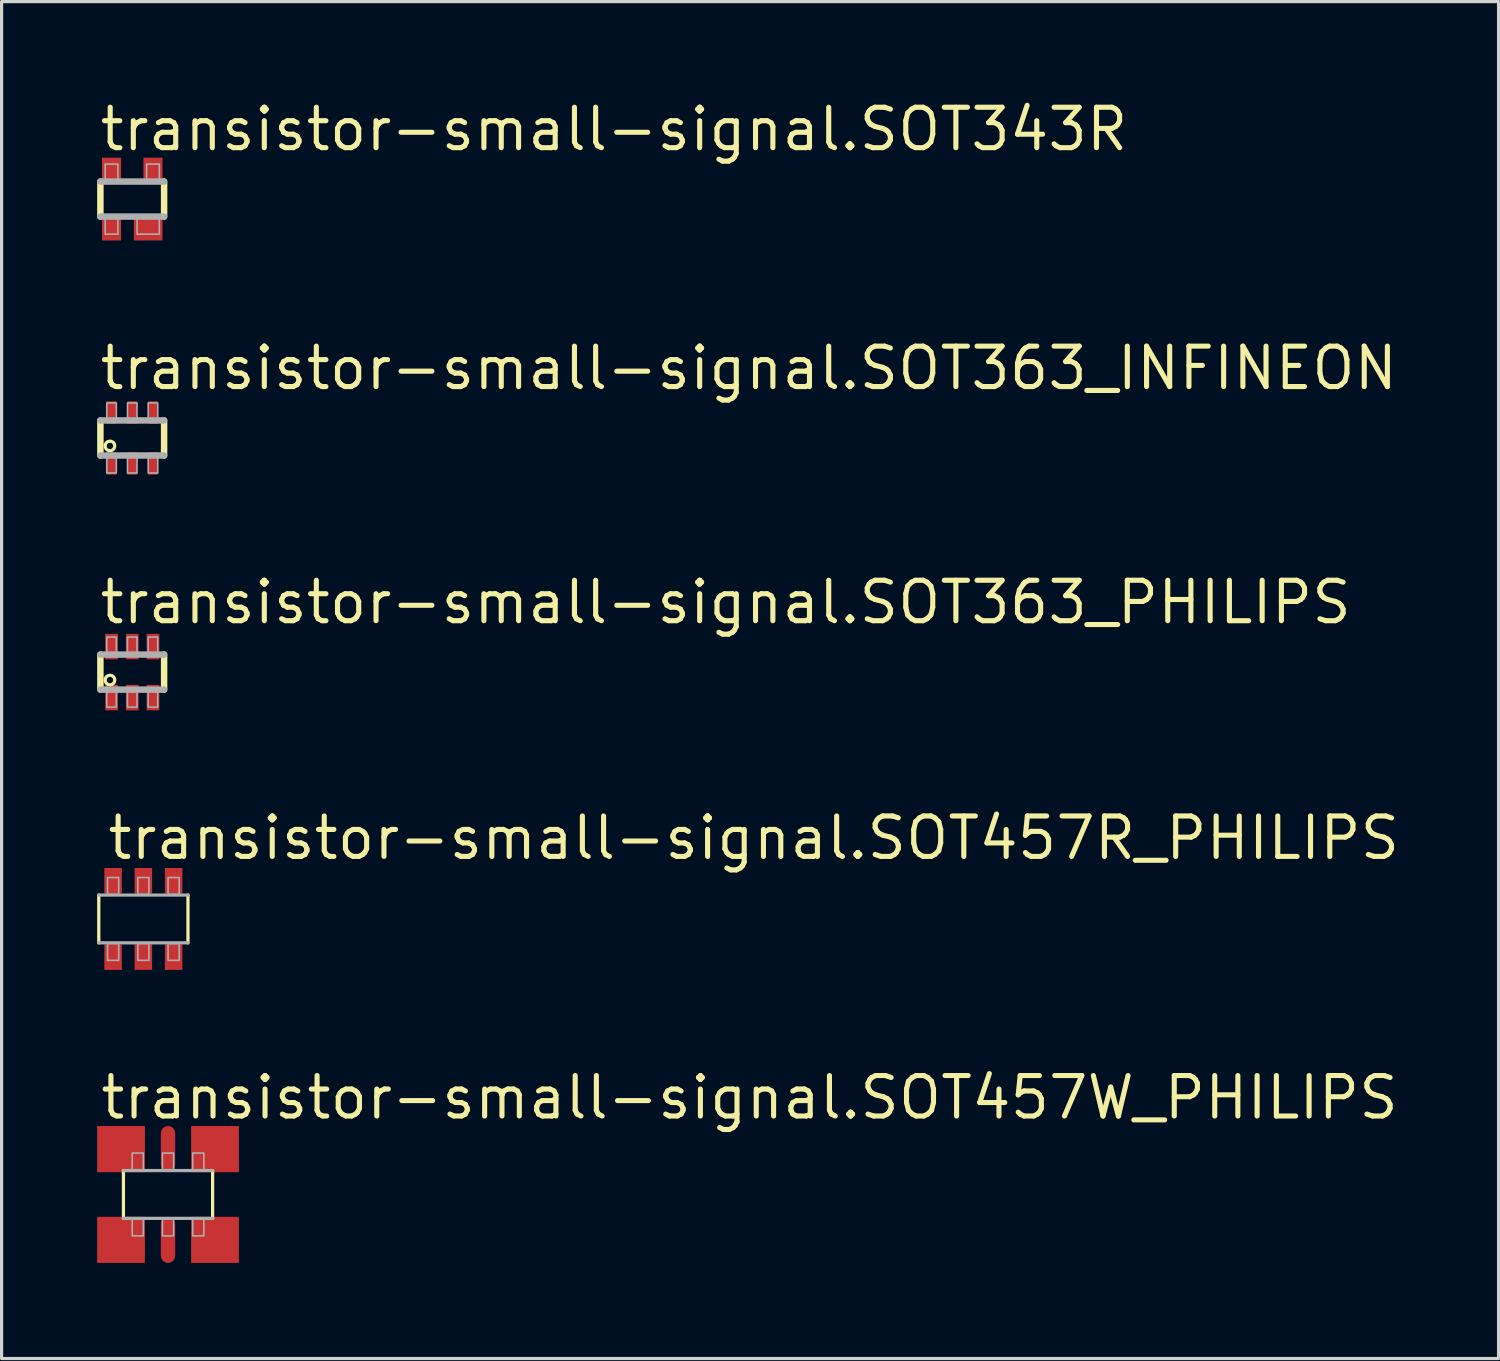
<source format=kicad_pcb>
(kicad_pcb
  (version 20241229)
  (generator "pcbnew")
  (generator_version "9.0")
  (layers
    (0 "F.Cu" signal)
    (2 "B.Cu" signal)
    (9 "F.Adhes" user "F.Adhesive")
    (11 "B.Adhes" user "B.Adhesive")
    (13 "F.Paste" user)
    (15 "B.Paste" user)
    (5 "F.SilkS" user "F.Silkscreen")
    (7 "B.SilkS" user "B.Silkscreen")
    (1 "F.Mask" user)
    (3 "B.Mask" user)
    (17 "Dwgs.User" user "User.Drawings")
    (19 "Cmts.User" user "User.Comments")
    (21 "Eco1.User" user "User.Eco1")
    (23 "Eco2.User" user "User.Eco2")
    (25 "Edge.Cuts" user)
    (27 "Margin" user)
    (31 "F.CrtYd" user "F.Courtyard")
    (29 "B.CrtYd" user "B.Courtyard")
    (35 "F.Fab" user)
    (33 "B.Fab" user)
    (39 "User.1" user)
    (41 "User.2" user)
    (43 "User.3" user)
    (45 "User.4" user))
  (footprint "transistor-small-signal.SOT343R"
    (layer "F.Cu")
    (at 1.102 3.2)
    (property "Reference" "transistor-small-signal.SOT343R" (at -1.1 -1.45 0) (layer "F.SilkS") (effects (font (size 1.27 1.27) (thickness 0.16)) (justify left bottom)))
    (attr smd)
    (fp_line (start -1 0.55) (end -1 -0.55) (stroke (width 0.203) (type default)) (layer "F.SilkS"))
    (fp_line (start 1 -0.55) (end 1 0.55) (stroke (width 0.203) (type default)) (layer "F.SilkS"))
    (fp_line (start -1 -0.55) (end 1 -0.55) (stroke (width 0.203) (type default)) (layer "F.Fab"))
    (fp_line (start 1 0.55) (end -1 0.55) (stroke (width 0.203) (type default)) (layer "F.Fab"))
    (fp_rect (start -0.85 -0.6) (end -0.45 -1.1) (stroke (width 0.05) (type default)) (fill no) (layer "F.Fab"))
    (fp_rect (start -0.85 1.1) (end -0.45 0.6) (stroke (width 0.05) (type default)) (fill no) (layer "F.Fab"))
    (fp_rect (start 0.15 1.1) (end 0.85 0.6) (stroke (width 0.05) (type default)) (fill no) (layer "F.Fab"))
    (fp_rect (start 0.45 -0.6) (end 0.85 -1.1) (stroke (width 0.05) (type default)) (fill no) (layer "F.Fab"))
    (pad "1" smd roundrect (at 0.5 0.9) (size 0.9 0.8) (layers "F.Cu" "F.Mask" "F.Paste") (roundrect_rratio 0.01))
    (pad "2" smd roundrect (at -0.65 0.9) (size 0.6 0.8) (layers "F.Cu" "F.Mask" "F.Paste") (roundrect_rratio 0.01))
    (pad "3" smd roundrect (at -0.65 -0.9) (size 0.6 0.8) (layers "F.Cu" "F.Mask" "F.Paste") (roundrect_rratio 0.01))
    (pad "4" smd roundrect (at 0.65 -0.9) (size 0.6 0.8) (layers "F.Cu" "F.Mask" "F.Paste") (roundrect_rratio 0.01)))
  (footprint "transistor-small-signal.SOT363_PHILIPS"
    (layer "F.Cu")
    (at 1.102 18.05)
    (property "Reference" "transistor-small-signal.SOT363_PHILIPS" (at -1.1 -1.45 0) (layer "F.SilkS") (effects (font (size 1.27 1.27) (thickness 0.16)) (justify left bottom)))
    (attr smd)
    (fp_line (start -1 0.55) (end -1 -0.55) (stroke (width 0.203) (type default)) (layer "F.SilkS"))
    (fp_line (start 1 -0.55) (end 1 0.55) (stroke (width 0.203) (type default)) (layer "F.SilkS"))
    (fp_circle (center -0.7 0.25) (end -0.55 0.25) (stroke (width 0.1) (type default)) (fill no) (layer "F.SilkS"))
    (fp_line (start -1 -0.55) (end 1 -0.55) (stroke (width 0.203) (type default)) (layer "F.Fab"))
    (fp_line (start 1 0.55) (end -1 0.55) (stroke (width 0.203) (type default)) (layer "F.Fab"))
    (fp_rect (start -0.8 -0.6) (end -0.5 -1.1) (stroke (width 0.05) (type default)) (fill no) (layer "F.Fab"))
    (fp_rect (start -0.8 1.1) (end -0.5 0.6) (stroke (width 0.05) (type default)) (fill no) (layer "F.Fab"))
    (fp_rect (start -0.15 -0.6) (end 0.15 -1.1) (stroke (width 0.05) (type default)) (fill no) (layer "F.Fab"))
    (fp_rect (start -0.15 1.1) (end 0.15 0.6) (stroke (width 0.05) (type default)) (fill no) (layer "F.Fab"))
    (fp_rect (start 0.5 -0.6) (end 0.8 -1.1) (stroke (width 0.05) (type default)) (fill no) (layer "F.Fab"))
    (fp_rect (start 0.5 1.1) (end 0.8 0.6) (stroke (width 0.05) (type default)) (fill no) (layer "F.Fab"))
    (pad "1" smd roundrect (at -0.65 0.8) (size 0.4 0.8) (layers "F.Cu" "F.Mask" "F.Paste") (roundrect_rratio 0.01))
    (pad "2" smd roundrect (at 0 0.8) (size 0.4 0.8) (layers "F.Cu" "F.Mask" "F.Paste") (roundrect_rratio 0.01))
    (pad "3" smd roundrect (at 0.65 0.8) (size 0.4 0.8) (layers "F.Cu" "F.Mask" "F.Paste") (roundrect_rratio 0.01))
    (pad "4" smd roundrect (at 0.65 -0.8) (size 0.4 0.8) (layers "F.Cu" "F.Mask" "F.Paste") (roundrect_rratio 0.01))
    (pad "5" smd roundrect (at 0 -0.8) (size 0.4 0.8) (layers "F.Cu" "F.Mask" "F.Paste") (roundrect_rratio 0.01))
    (pad "6" smd roundrect (at -0.65 -0.8) (size 0.4 0.8) (layers "F.Cu" "F.Mask" "F.Paste") (roundrect_rratio 0.01)))
  (footprint "transistor-small-signal.SOT457R_PHILIPS"
    (layer "F.Cu")
    (at 1.451 25.8)
    (property "Reference" "transistor-small-signal.SOT457R_PHILIPS" (at -1.2 -1.8 0) (layer "F.SilkS") (effects (font (size 1.27 1.27) (thickness 0.16)) (justify left bottom)))
    (attr smd)
    (fp_line (start -1.4 0.75) (end -1.4 -0.75) (stroke (width 0.102) (type default)) (layer "F.SilkS"))
    (fp_line (start 1.4 -0.75) (end 1.4 0.75) (stroke (width 0.102) (type default)) (layer "F.SilkS"))
    (fp_line (start -1.4 -0.75) (end 1.4 -0.75) (stroke (width 0.102) (type default)) (layer "F.Fab"))
    (fp_line (start 1.4 0.75) (end -1.4 0.75) (stroke (width 0.102) (type default)) (layer "F.Fab"))
    (fp_rect (start -1.125 -0.775) (end -0.775 -1.3) (stroke (width 0.05) (type default)) (fill no) (layer "F.Fab"))
    (fp_rect (start -1.125 1.3) (end -0.775 0.775) (stroke (width 0.05) (type default)) (fill no) (layer "F.Fab"))
    (fp_rect (start -0.175 -0.775) (end 0.175 -1.3) (stroke (width 0.05) (type default)) (fill no) (layer "F.Fab"))
    (fp_rect (start -0.175 1.3) (end 0.175 0.775) (stroke (width 0.05) (type default)) (fill no) (layer "F.Fab"))
    (fp_rect (start 0.775 -0.775) (end 1.125 -1.3) (stroke (width 0.05) (type default)) (fill no) (layer "F.Fab"))
    (fp_rect (start 0.775 1.3) (end 1.125 0.775) (stroke (width 0.05) (type default)) (fill no) (layer "F.Fab"))
    (pad "1" smd roundrect (at -0.95 1.2) (size 0.55 0.8) (layers "F.Cu" "F.Mask" "F.Paste") (roundrect_rratio 0.01))
    (pad "2" smd roundrect (at 0 1.2) (size 0.55 0.8) (layers "F.Cu" "F.Mask" "F.Paste") (roundrect_rratio 0.01))
    (pad "3" smd roundrect (at 0.95 1.2) (size 0.55 0.8) (layers "F.Cu" "F.Mask" "F.Paste") (roundrect_rratio 0.01))
    (pad "4" smd roundrect (at 0.95 -1.2) (size 0.55 0.8) (layers "F.Cu" "F.Mask" "F.Paste") (roundrect_rratio 0.01))
    (pad "5" smd roundrect (at 0 -1.2) (size 0.55 0.8) (layers "F.Cu" "F.Mask" "F.Paste") (roundrect_rratio 0.01))
    (pad "6" smd roundrect (at -0.95 -1.2) (size 0.55 0.8) (layers "F.Cu" "F.Mask" "F.Paste") (roundrect_rratio 0.01)))
  (footprint "transistor-small-signal.SOT457W_PHILIPS"
    (layer "F.Cu")
    (at 2.225 34.45)
    (property "Reference" "transistor-small-signal.SOT457W_PHILIPS" (at -2.2 -2.3 0) (layer "F.SilkS") (effects (font (size 1.27 1.27) (thickness 0.16)) (justify left bottom)))
    (attr smd)
    (fp_line (start -1.4 0.75) (end -1.4 -0.75) (stroke (width 0.102) (type default)) (layer "F.SilkS"))
    (fp_line (start 1.4 -0.75) (end 1.4 0.75) (stroke (width 0.102) (type default)) (layer "F.SilkS"))
    (fp_line (start -1.4 -0.75) (end 1.4 -0.75) (stroke (width 0.102) (type default)) (layer "F.Fab"))
    (fp_line (start 1.4 0.75) (end -1.4 0.75) (stroke (width 0.102) (type default)) (layer "F.Fab"))
    (fp_rect (start -1.125 -0.775) (end -0.775 -1.3) (stroke (width 0.05) (type default)) (fill no) (layer "F.Fab"))
    (fp_rect (start -1.125 1.3) (end -0.775 0.775) (stroke (width 0.05) (type default)) (fill no) (layer "F.Fab"))
    (fp_rect (start -0.175 -0.775) (end 0.175 -1.3) (stroke (width 0.05) (type default)) (fill no) (layer "F.Fab"))
    (fp_rect (start -0.175 1.3) (end 0.175 0.775) (stroke (width 0.05) (type default)) (fill no) (layer "F.Fab"))
    (fp_rect (start 0.775 -0.775) (end 1.125 -1.3) (stroke (width 0.05) (type default)) (fill no) (layer "F.Fab"))
    (fp_rect (start 0.775 1.3) (end 1.125 0.775) (stroke (width 0.05) (type default)) (fill no) (layer "F.Fab"))
    (pad "1" smd roundrect (at -1.475 1.425) (size 1.5 1.45) (layers "F.Cu" "F.Mask" "F.Paste") (roundrect_rratio 0.01))
    (pad "2" smd roundrect (at 0 1.425) (size 0.45 1.45) (layers "F.Cu" "F.Mask" "F.Paste") (roundrect_rratio 0.5))
    (pad "3" smd roundrect (at 1.475 1.425) (size 1.5 1.45) (layers "F.Cu" "F.Mask" "F.Paste") (roundrect_rratio 0.01))
    (pad "4" smd roundrect (at 0 -1.425) (size 0.45 1.45) (layers "F.Cu" "F.Mask" "F.Paste") (roundrect_rratio 0.5))
    (pad "5" smd roundrect (at 1.475 -1.425) (size 1.5 1.45) (layers "F.Cu" "F.Mask" "F.Paste") (roundrect_rratio 0.01))
    (pad "6" smd roundrect (at -1.475 -1.425) (size 1.5 1.45) (layers "F.Cu" "F.Mask" "F.Paste") (roundrect_rratio 0.01)))
  (footprint "transistor-small-signal.SOT363_INFINEON"
    (layer "F.Cu")
    (at 1.102 10.7)
    (property "Reference" "transistor-small-signal.SOT363_INFINEON" (at -1.1 -1.45 0) (layer "F.SilkS") (effects (font (size 1.27 1.27) (thickness 0.16)) (justify left bottom)))
    (attr smd)
    (fp_line (start -1 0.55) (end -1 -0.55) (stroke (width 0.203) (type default)) (layer "F.SilkS"))
    (fp_line (start 1 -0.55) (end 1 0.55) (stroke (width 0.203) (type default)) (layer "F.SilkS"))
    (fp_circle (center -0.7 0.25) (end -0.55 0.25) (stroke (width 0.1) (type default)) (fill no) (layer "F.SilkS"))
    (fp_line (start -1 -0.55) (end 1 -0.55) (stroke (width 0.203) (type default)) (layer "F.Fab"))
    (fp_line (start 1 0.55) (end -1 0.55) (stroke (width 0.203) (type default)) (layer "F.Fab"))
    (fp_rect (start -0.8 -0.6) (end -0.5 -1.1) (stroke (width 0.05) (type default)) (fill no) (layer "F.Fab"))
    (fp_rect (start -0.8 1.1) (end -0.5 0.6) (stroke (width 0.05) (type default)) (fill no) (layer "F.Fab"))
    (fp_rect (start -0.15 -0.6) (end 0.15 -1.1) (stroke (width 0.05) (type default)) (fill no) (layer "F.Fab"))
    (fp_rect (start -0.15 1.1) (end 0.15 0.6) (stroke (width 0.05) (type default)) (fill no) (layer "F.Fab"))
    (fp_rect (start 0.5 -0.6) (end 0.8 -1.1) (stroke (width 0.05) (type default)) (fill no) (layer "F.Fab"))
    (fp_rect (start 0.5 1.1) (end 0.8 0.6) (stroke (width 0.05) (type default)) (fill no) (layer "F.Fab"))
    (pad "1" smd roundrect (at -0.65 0.8) (size 0.3 0.7) (layers "F.Cu" "F.Mask" "F.Paste") (roundrect_rratio 0.01))
    (pad "2" smd roundrect (at 0 0.8) (size 0.3 0.7) (layers "F.Cu" "F.Mask" "F.Paste") (roundrect_rratio 0.01))
    (pad "3" smd roundrect (at 0.65 0.8) (size 0.3 0.7) (layers "F.Cu" "F.Mask" "F.Paste") (roundrect_rratio 0.01))
    (pad "4" smd roundrect (at 0.65 -0.8) (size 0.3 0.7) (layers "F.Cu" "F.Mask" "F.Paste") (roundrect_rratio 0.01))
    (pad "5" smd roundrect (at 0 -0.8) (size 0.3 0.7) (layers "F.Cu" "F.Mask" "F.Paste") (roundrect_rratio 0.01))
    (pad "6" smd roundrect (at -0.65 -0.8) (size 0.3 0.7) (layers "F.Cu" "F.Mask" "F.Paste") (roundrect_rratio 0.01)))
  (gr_rect
    (start -3 -3)
    (end 43.996 39.6)
    (stroke (width 0.1) (type default))
    (fill no)
    (layer "Edge.Cuts")))
</source>
